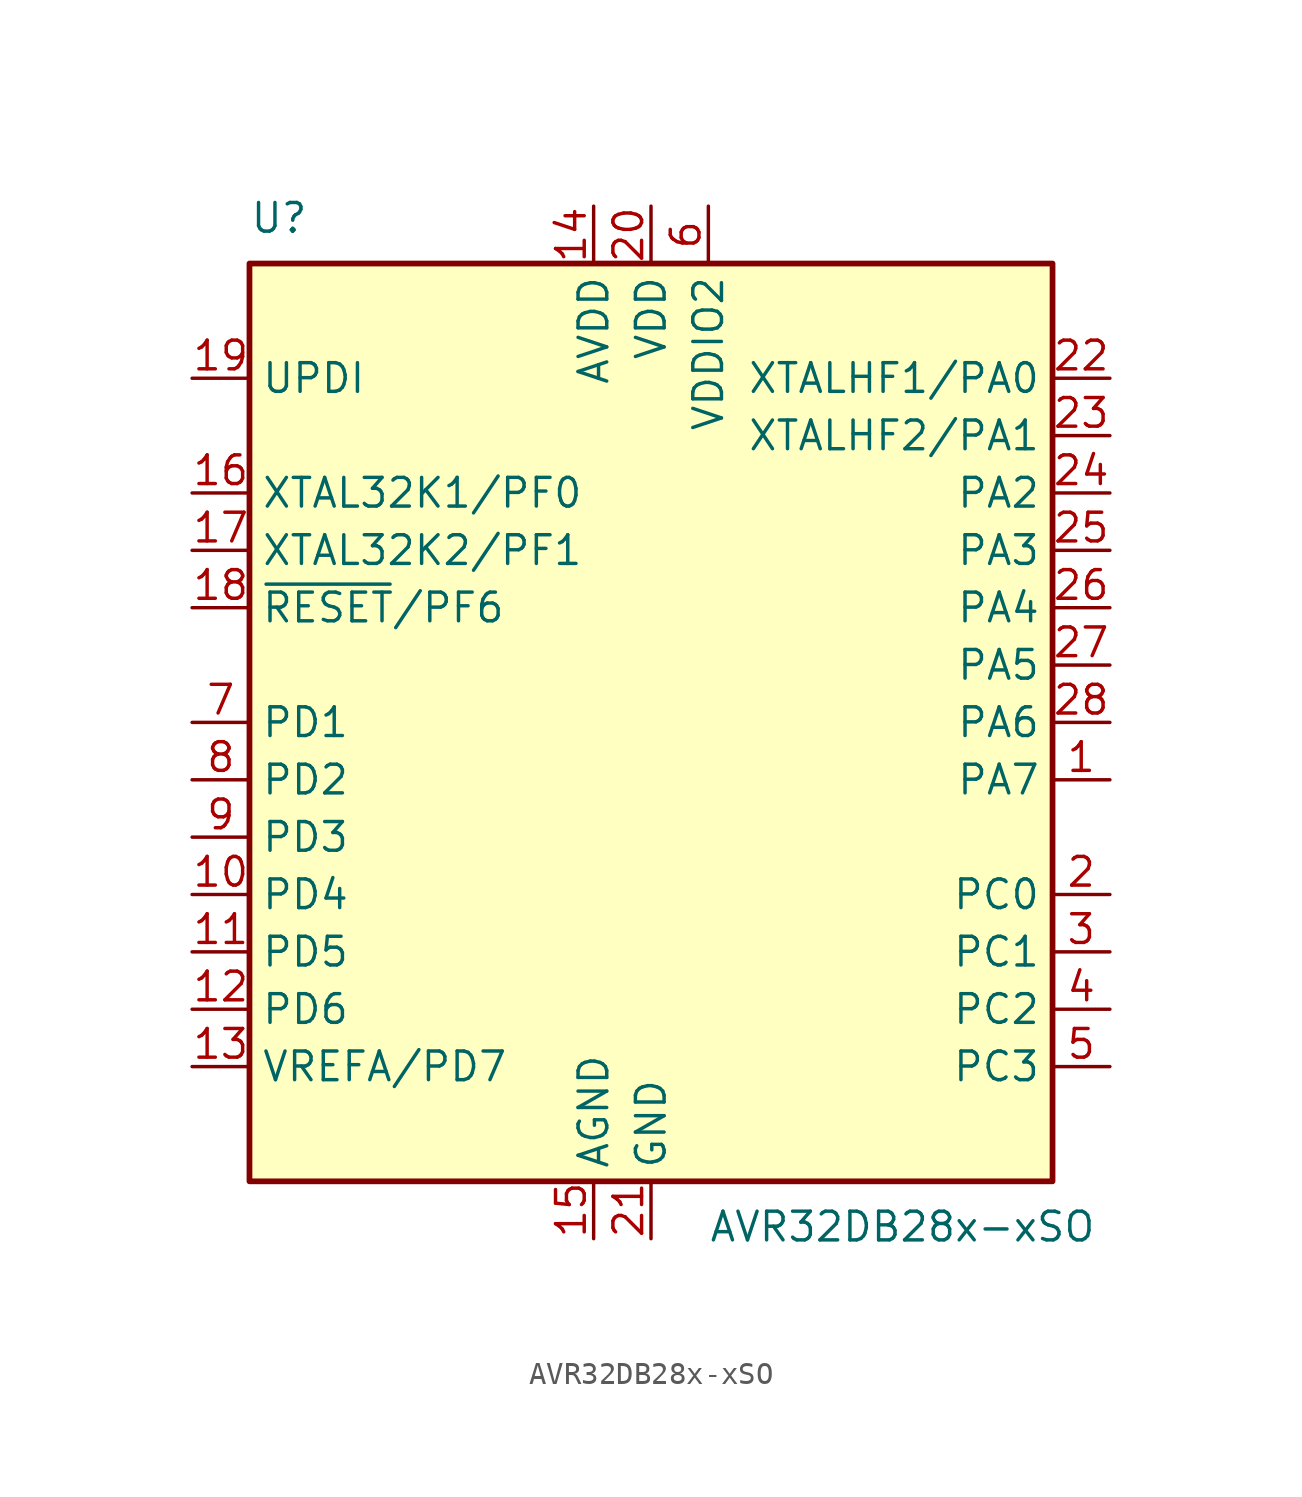
<source format=kicad_sym>
(kicad_symbol_lib
  (version 20211014)
  (generator kicad_symbol_editor)
  (symbol "AVR32DB28x-xSO"
    (property "Reference" "U"
      (at -17.78 21.59 0)
      (effects (font (size 1.27 1.27)) (justify left bottom)))
    (property "Value" "AVR32DB28x-xSO"
      (at 2.54 -21.59 0)
      (effects (font (size 1.27 1.27)) (justify left top)))
    (symbol "AVR32DB28x-xSO_0_1"
      (rectangle (start -17.78 20.32) (end 17.78 -20.32) (stroke (width 0.254) (type default) (color 0 0 0 0)) (fill (type background))))
    (symbol "AVR32DB28x-xSO_1_1"
      (pin bidirectional line (at 20.32 15.24 180) (length 2.54) (name "XTALHF1/PA0" (effects (font (size 1.27 1.27)))) (number "22" (effects (font (size 1.27 1.27)))))
      (pin bidirectional line (at 20.32 12.7 180) (length 2.54) (name "XTALHF2/PA1" (effects (font (size 1.27 1.27)))) (number "23" (effects (font (size 1.27 1.27)))))
      (pin bidirectional line (at 20.32 10.16 180) (length 2.54) (name "PA2" (effects (font (size 1.27 1.27)))) (number "24" (effects (font (size 1.27 1.27)))))
      (pin bidirectional line (at 20.32 7.62 180) (length 2.54) (name "PA3" (effects (font (size 1.27 1.27)))) (number "25" (effects (font (size 1.27 1.27)))))
      (pin bidirectional line (at 20.32 5.08 180) (length 2.54) (name "PA4" (effects (font (size 1.27 1.27)))) (number "26" (effects (font (size 1.27 1.27)))))
      (pin bidirectional line (at 20.32 2.54 180) (length 2.54) (name "PA5" (effects (font (size 1.27 1.27)))) (number "27" (effects (font (size 1.27 1.27)))))
      (pin bidirectional line (at 20.32 0 180) (length 2.54) (name "PA6" (effects (font (size 1.27 1.27)))) (number "28" (effects (font (size 1.27 1.27)))))
      (pin bidirectional line (at 20.32 -2.54 180) (length 2.54) (name "PA7" (effects (font (size 1.27 1.27)))) (number "1" (effects (font (size 1.27 1.27)))))
      (pin bidirectional line (at 20.32 -7.62 180) (length 2.54) (name "PC0" (effects (font (size 1.27 1.27)))) (number "2" (effects (font (size 1.27 1.27)))))
      (pin bidirectional line (at 20.32 -10.16 180) (length 2.54) (name "PC1" (effects (font (size 1.27 1.27)))) (number "3" (effects (font (size 1.27 1.27)))))
      (pin bidirectional line (at 20.32 -12.7 180) (length 2.54) (name "PC2" (effects (font (size 1.27 1.27)))) (number "4" (effects (font (size 1.27 1.27)))))
      (pin bidirectional line (at 20.32 -15.24 180) (length 2.54) (name "PC3" (effects (font (size 1.27 1.27)))) (number "5" (effects (font (size 1.27 1.27)))))
      (pin input line (at -20.32 15.24 0) (length 2.54) (name "UPDI" (effects (font (size 1.27 1.27)))) (number "19" (effects (font (size 1.27 1.27)))))
      (pin bidirectional line (at -20.32 10.16 0) (length 2.54) (name "XTAL32K1/PF0" (effects (font (size 1.27 1.27)))) (number "16" (effects (font (size 1.27 1.27)))))
      (pin bidirectional line (at -20.32 7.62 0) (length 2.54) (name "XTAL32K2/PF1" (effects (font (size 1.27 1.27)))) (number "17" (effects (font (size 1.27 1.27)))))
      (pin bidirectional line (at -20.32 5.08 0) (length 2.54) (name "~{RESET}/PF6" (effects (font (size 1.27 1.27)))) (number "18" (effects (font (size 1.27 1.27)))))
      (pin bidirectional line (at -20.32 0 0) (length 2.54) (name "PD1" (effects (font (size 1.27 1.27)))) (number "7" (effects (font (size 1.27 1.27)))))
      (pin bidirectional line (at -20.32 -2.54 0) (length 2.54) (name "PD2" (effects (font (size 1.27 1.27)))) (number "8" (effects (font (size 1.27 1.27)))))
      (pin bidirectional line (at -20.32 -5.08 0) (length 2.54) (name "PD3" (effects (font (size 1.27 1.27)))) (number "9" (effects (font (size 1.27 1.27)))))
      (pin bidirectional line (at -20.32 -7.62 0) (length 2.54) (name "PD4" (effects (font (size 1.27 1.27)))) (number "10" (effects (font (size 1.27 1.27)))))
      (pin bidirectional line (at -20.32 -10.16 0) (length 2.54) (name "PD5" (effects (font (size 1.27 1.27)))) (number "11" (effects (font (size 1.27 1.27)))))
      (pin bidirectional line (at -20.32 -12.7 0) (length 2.54) (name "PD6" (effects (font (size 1.27 1.27)))) (number "12" (effects (font (size 1.27 1.27)))))
      (pin bidirectional line (at -20.32 -15.24 0) (length 2.54) (name "VREFA/PD7" (effects (font (size 1.27 1.27)))) (number "13" (effects (font (size 1.27 1.27)))))
      (pin power_in line (at -2.54 22.86 270) (length 2.54) (name "AVDD" (effects (font (size 1.27 1.27)))) (number "14" (effects (font (size 1.27 1.27)))))
      (pin power_in line (at 0 22.86 270) (length 2.54) (name "VDD" (effects (font (size 1.27 1.27)))) (number "20" (effects (font (size 1.27 1.27)))))
      (pin power_in line (at 2.54 22.86 270) (length 2.54) (name "VDDIO2" (effects (font (size 1.27 1.27)))) (number "6" (effects (font (size 1.27 1.27)))))
      (pin power_in line (at -2.54 -22.86 90) (length 2.54) (name "AGND" (effects (font (size 1.27 1.27)))) (number "15" (effects (font (size 1.27 1.27)))))
      (pin power_in line (at 0 -22.86 90) (length 2.54) (name "GND" (effects (font (size 1.27 1.27)))) (number "21" (effects (font (size 1.27 1.27))))))))
</source>
